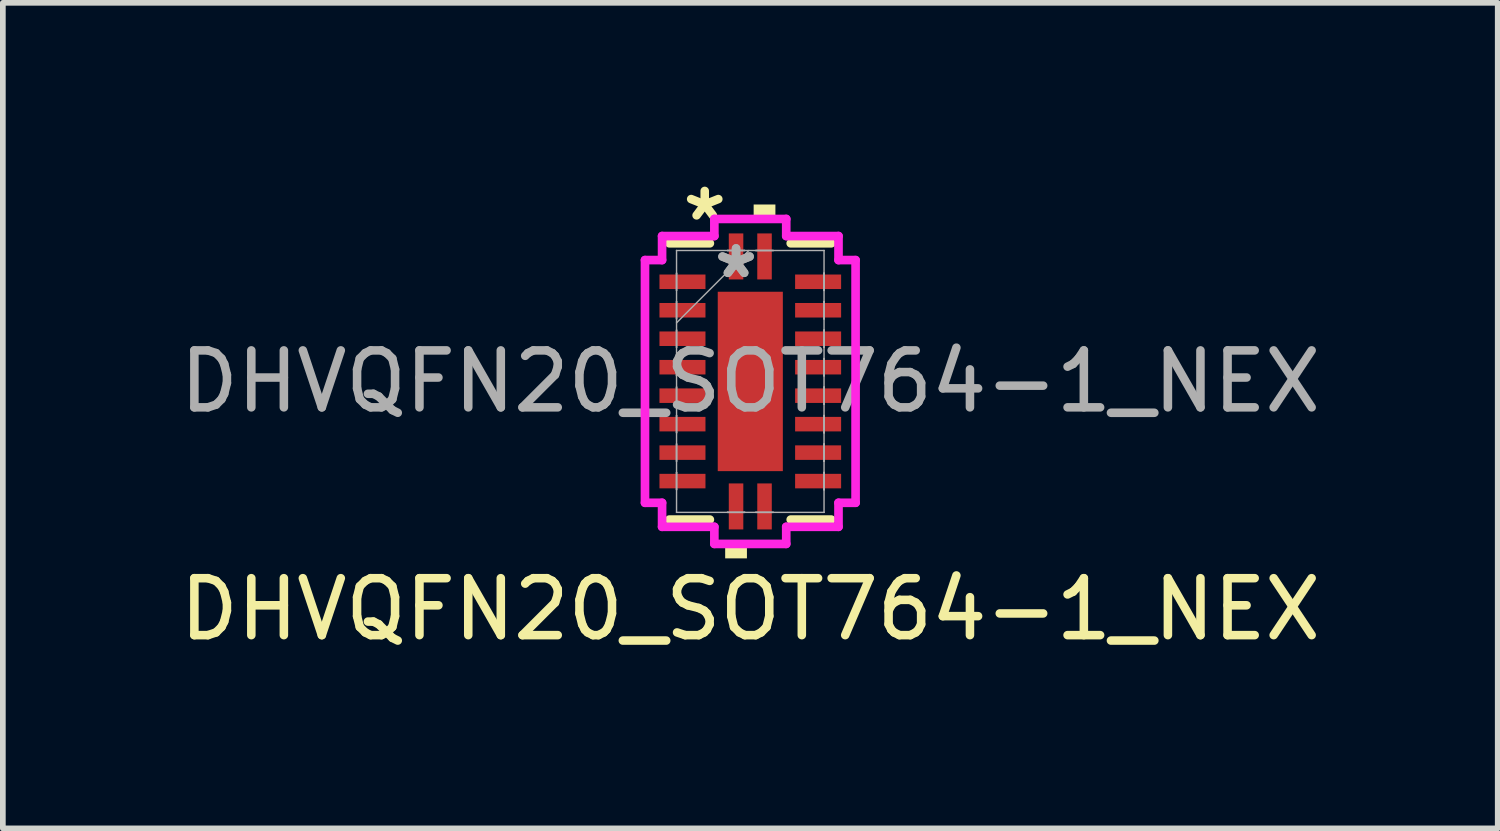
<source format=kicad_pcb>
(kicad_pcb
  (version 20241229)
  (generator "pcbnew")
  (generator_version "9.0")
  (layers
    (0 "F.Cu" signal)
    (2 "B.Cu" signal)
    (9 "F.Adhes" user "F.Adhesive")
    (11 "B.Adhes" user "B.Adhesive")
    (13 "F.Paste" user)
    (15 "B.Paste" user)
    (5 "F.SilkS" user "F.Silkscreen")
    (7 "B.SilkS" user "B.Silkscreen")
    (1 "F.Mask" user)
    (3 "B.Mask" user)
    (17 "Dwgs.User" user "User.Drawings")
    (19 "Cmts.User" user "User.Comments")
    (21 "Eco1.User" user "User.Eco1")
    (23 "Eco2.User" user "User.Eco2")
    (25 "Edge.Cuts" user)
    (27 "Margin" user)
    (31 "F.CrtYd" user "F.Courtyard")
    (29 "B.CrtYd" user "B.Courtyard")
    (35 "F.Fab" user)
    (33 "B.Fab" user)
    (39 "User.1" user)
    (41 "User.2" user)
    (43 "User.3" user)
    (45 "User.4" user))
  (footprint "DHVQFN20_SOT764-1_NEX"
    (layer "F.Cu")
    (at 10.125 3.648)
    (property "Reference" "DHVQFN20_SOT764-1_NEX" (at 0 4 0) (unlocked yes) (layer "F.SilkS") (effects (font (size 1 1) (thickness 0.15))))
    (attr smd)
    (fp_line (start -1.422 2.426) (end -0.71 2.426) (stroke (width 0.152) (type solid)) (layer "F.SilkS"))
    (fp_line (start -0.71 -2.426) (end -1.422 -2.426) (stroke (width 0.152) (type solid)) (layer "F.SilkS"))
    (fp_line (start 0.71 2.426) (end 1.422 2.426) (stroke (width 0.152) (type solid)) (layer "F.SilkS"))
    (fp_line (start 1.422 -2.426) (end 0.71 -2.426) (stroke (width 0.152) (type solid)) (layer "F.SilkS"))
    (fp_poly (pts (xy -0.441 2.853) (xy -0.441 3.107) (xy -0.059 3.107) (xy -0.059 2.853)) (stroke (width 0) (type solid)) (fill yes) (layer "F.SilkS"))
    (fp_poly (pts (xy 0.059 -2.853) (xy 0.059 -3.107) (xy 0.441 -3.107) (xy 0.441 -2.853)) (stroke (width 0) (type solid)) (fill yes) (layer "F.SilkS"))
    (fp_poly (pts (xy -0.471 -1.475) (xy -0.471 -0.1) (xy 0.471 -0.1) (xy 0.471 -1.475)) (stroke (width 0) (type solid)) (fill yes) (layer "F.Paste"))
    (fp_poly (pts (xy -0.471 0.1) (xy -0.471 1.475) (xy 0.471 1.475) (xy 0.471 0.1)) (stroke (width 0) (type solid)) (fill yes) (layer "F.Paste"))
    (fp_line (start -1.849 -2.131) (end -1.549 -2.131) (stroke (width 0.152) (type solid)) (layer "F.CrtYd"))
    (fp_line (start -1.849 2.131) (end -1.849 -2.131) (stroke (width 0.152) (type solid)) (layer "F.CrtYd"))
    (fp_line (start -1.549 -2.553) (end -0.631 -2.553) (stroke (width 0.152) (type solid)) (layer "F.CrtYd"))
    (fp_line (start -1.549 -2.131) (end -1.549 -2.553) (stroke (width 0.152) (type solid)) (layer "F.CrtYd"))
    (fp_line (start -1.549 2.131) (end -1.849 2.131) (stroke (width 0.152) (type solid)) (layer "F.CrtYd"))
    (fp_line (start -1.549 2.553) (end -1.549 2.131) (stroke (width 0.152) (type solid)) (layer "F.CrtYd"))
    (fp_line (start -0.631 -2.853) (end 0.631 -2.853) (stroke (width 0.152) (type solid)) (layer "F.CrtYd"))
    (fp_line (start -0.631 -2.553) (end -0.631 -2.853) (stroke (width 0.152) (type solid)) (layer "F.CrtYd"))
    (fp_line (start -0.631 2.553) (end -1.549 2.553) (stroke (width 0.152) (type solid)) (layer "F.CrtYd"))
    (fp_line (start -0.631 2.853) (end -0.631 2.553) (stroke (width 0.152) (type solid)) (layer "F.CrtYd"))
    (fp_line (start 0.631 -2.853) (end 0.631 -2.553) (stroke (width 0.152) (type solid)) (layer "F.CrtYd"))
    (fp_line (start 0.631 -2.553) (end 1.549 -2.553) (stroke (width 0.152) (type solid)) (layer "F.CrtYd"))
    (fp_line (start 0.631 2.553) (end 0.631 2.853) (stroke (width 0.152) (type solid)) (layer "F.CrtYd"))
    (fp_line (start 0.631 2.853) (end -0.631 2.853) (stroke (width 0.152) (type solid)) (layer "F.CrtYd"))
    (fp_line (start 1.549 -2.553) (end 1.549 -2.131) (stroke (width 0.152) (type solid)) (layer "F.CrtYd"))
    (fp_line (start 1.549 -2.131) (end 1.849 -2.131) (stroke (width 0.152) (type solid)) (layer "F.CrtYd"))
    (fp_line (start 1.549 2.131) (end 1.549 2.553) (stroke (width 0.152) (type solid)) (layer "F.CrtYd"))
    (fp_line (start 1.549 2.553) (end 0.631 2.553) (stroke (width 0.152) (type solid)) (layer "F.CrtYd"))
    (fp_line (start 1.849 -2.131) (end 1.849 2.131) (stroke (width 0.152) (type solid)) (layer "F.CrtYd"))
    (fp_line (start 1.849 2.131) (end 1.549 2.131) (stroke (width 0.152) (type solid)) (layer "F.CrtYd"))
    (fp_line (start -1.295 -2.299) (end -1.295 -2.299) (stroke (width 0.025) (type solid)) (layer "F.Fab"))
    (fp_line (start -1.295 -2.299) (end -1.295 2.299) (stroke (width 0.025) (type solid)) (layer "F.Fab"))
    (fp_line (start -1.295 -1.902) (end -1.295 -1.902) (stroke (width 0.025) (type solid)) (layer "F.Fab"))
    (fp_line (start -1.295 -1.902) (end -1.295 -1.598) (stroke (width 0.025) (type solid)) (layer "F.Fab"))
    (fp_line (start -1.295 -1.598) (end -1.295 -1.902) (stroke (width 0.025) (type solid)) (layer "F.Fab"))
    (fp_line (start -1.295 -1.598) (end -1.295 -1.598) (stroke (width 0.025) (type solid)) (layer "F.Fab"))
    (fp_line (start -1.295 -1.402) (end -1.295 -1.402) (stroke (width 0.025) (type solid)) (layer "F.Fab"))
    (fp_line (start -1.295 -1.402) (end -1.295 -1.098) (stroke (width 0.025) (type solid)) (layer "F.Fab"))
    (fp_line (start -1.295 -1.098) (end -1.295 -1.402) (stroke (width 0.025) (type solid)) (layer "F.Fab"))
    (fp_line (start -1.295 -1.098) (end -1.295 -1.098) (stroke (width 0.025) (type solid)) (layer "F.Fab"))
    (fp_line (start -1.295 -1.029) (end -0.025 -2.299) (stroke (width 0.025) (type solid)) (layer "F.Fab"))
    (fp_line (start -1.295 -0.902) (end -1.295 -0.902) (stroke (width 0.025) (type solid)) (layer "F.Fab"))
    (fp_line (start -1.295 -0.902) (end -1.295 -0.598) (stroke (width 0.025) (type solid)) (layer "F.Fab"))
    (fp_line (start -1.295 -0.598) (end -1.295 -0.902) (stroke (width 0.025) (type solid)) (layer "F.Fab"))
    (fp_line (start -1.295 -0.598) (end -1.295 -0.598) (stroke (width 0.025) (type solid)) (layer "F.Fab"))
    (fp_line (start -1.295 -0.402) (end -1.295 -0.402) (stroke (width 0.025) (type solid)) (layer "F.Fab"))
    (fp_line (start -1.295 -0.402) (end -1.295 -0.098) (stroke (width 0.025) (type solid)) (layer "F.Fab"))
    (fp_line (start -1.295 -0.098) (end -1.295 -0.402) (stroke (width 0.025) (type solid)) (layer "F.Fab"))
    (fp_line (start -1.295 -0.098) (end -1.295 -0.098) (stroke (width 0.025) (type solid)) (layer "F.Fab"))
    (fp_line (start -1.295 0.098) (end -1.295 0.098) (stroke (width 0.025) (type solid)) (layer "F.Fab"))
    (fp_line (start -1.295 0.098) (end -1.295 0.402) (stroke (width 0.025) (type solid)) (layer "F.Fab"))
    (fp_line (start -1.295 0.402) (end -1.295 0.098) (stroke (width 0.025) (type solid)) (layer "F.Fab"))
    (fp_line (start -1.295 0.402) (end -1.295 0.402) (stroke (width 0.025) (type solid)) (layer "F.Fab"))
    (fp_line (start -1.295 0.598) (end -1.295 0.598) (stroke (width 0.025) (type solid)) (layer "F.Fab"))
    (fp_line (start -1.295 0.598) (end -1.295 0.902) (stroke (width 0.025) (type solid)) (layer "F.Fab"))
    (fp_line (start -1.295 0.902) (end -1.295 0.598) (stroke (width 0.025) (type solid)) (layer "F.Fab"))
    (fp_line (start -1.295 0.902) (end -1.295 0.902) (stroke (width 0.025) (type solid)) (layer "F.Fab"))
    (fp_line (start -1.295 1.098) (end -1.295 1.098) (stroke (width 0.025) (type solid)) (layer "F.Fab"))
    (fp_line (start -1.295 1.098) (end -1.295 1.402) (stroke (width 0.025) (type solid)) (layer "F.Fab"))
    (fp_line (start -1.295 1.402) (end -1.295 1.098) (stroke (width 0.025) (type solid)) (layer "F.Fab"))
    (fp_line (start -1.295 1.402) (end -1.295 1.402) (stroke (width 0.025) (type solid)) (layer "F.Fab"))
    (fp_line (start -1.295 1.598) (end -1.295 1.598) (stroke (width 0.025) (type solid)) (layer "F.Fab"))
    (fp_line (start -1.295 1.598) (end -1.295 1.902) (stroke (width 0.025) (type solid)) (layer "F.Fab"))
    (fp_line (start -1.295 1.902) (end -1.295 1.598) (stroke (width 0.025) (type solid)) (layer "F.Fab"))
    (fp_line (start -1.295 1.902) (end -1.295 1.902) (stroke (width 0.025) (type solid)) (layer "F.Fab"))
    (fp_line (start -1.295 2.299) (end -1.295 2.299) (stroke (width 0.025) (type solid)) (layer "F.Fab"))
    (fp_line (start -1.295 2.299) (end 1.295 2.299) (stroke (width 0.025) (type solid)) (layer "F.Fab"))
    (fp_line (start -0.402 -2.299) (end -0.402 -2.299) (stroke (width 0.025) (type solid)) (layer "F.Fab"))
    (fp_line (start -0.402 -2.299) (end -0.098 -2.299) (stroke (width 0.025) (type solid)) (layer "F.Fab"))
    (fp_line (start -0.402 2.299) (end -0.402 2.299) (stroke (width 0.025) (type solid)) (layer "F.Fab"))
    (fp_line (start -0.402 2.299) (end -0.098 2.299) (stroke (width 0.025) (type solid)) (layer "F.Fab"))
    (fp_line (start -0.098 -2.299) (end -0.402 -2.299) (stroke (width 0.025) (type solid)) (layer "F.Fab"))
    (fp_line (start -0.098 -2.299) (end -0.098 -2.299) (stroke (width 0.025) (type solid)) (layer "F.Fab"))
    (fp_line (start -0.098 2.299) (end -0.402 2.299) (stroke (width 0.025) (type solid)) (layer "F.Fab"))
    (fp_line (start -0.098 2.299) (end -0.098 2.299) (stroke (width 0.025) (type solid)) (layer "F.Fab"))
    (fp_line (start 0.098 -2.299) (end 0.098 -2.299) (stroke (width 0.025) (type solid)) (layer "F.Fab"))
    (fp_line (start 0.098 -2.299) (end 0.402 -2.299) (stroke (width 0.025) (type solid)) (layer "F.Fab"))
    (fp_line (start 0.098 2.299) (end 0.098 2.299) (stroke (width 0.025) (type solid)) (layer "F.Fab"))
    (fp_line (start 0.098 2.299) (end 0.402 2.299) (stroke (width 0.025) (type solid)) (layer "F.Fab"))
    (fp_line (start 0.402 -2.299) (end 0.098 -2.299) (stroke (width 0.025) (type solid)) (layer "F.Fab"))
    (fp_line (start 0.402 -2.299) (end 0.402 -2.299) (stroke (width 0.025) (type solid)) (layer "F.Fab"))
    (fp_line (start 0.402 2.299) (end 0.098 2.299) (stroke (width 0.025) (type solid)) (layer "F.Fab"))
    (fp_line (start 0.402 2.299) (end 0.402 2.299) (stroke (width 0.025) (type solid)) (layer "F.Fab"))
    (fp_line (start 1.295 -2.299) (end -1.295 -2.299) (stroke (width 0.025) (type solid)) (layer "F.Fab"))
    (fp_line (start 1.295 -2.299) (end 1.295 -2.299) (stroke (width 0.025) (type solid)) (layer "F.Fab"))
    (fp_line (start 1.295 -1.902) (end 1.295 -1.902) (stroke (width 0.025) (type solid)) (layer "F.Fab"))
    (fp_line (start 1.295 -1.902) (end 1.295 -1.598) (stroke (width 0.025) (type solid)) (layer "F.Fab"))
    (fp_line (start 1.295 -1.598) (end 1.295 -1.902) (stroke (width 0.025) (type solid)) (layer "F.Fab"))
    (fp_line (start 1.295 -1.598) (end 1.295 -1.598) (stroke (width 0.025) (type solid)) (layer "F.Fab"))
    (fp_line (start 1.295 -1.402) (end 1.295 -1.402) (stroke (width 0.025) (type solid)) (layer "F.Fab"))
    (fp_line (start 1.295 -1.402) (end 1.295 -1.098) (stroke (width 0.025) (type solid)) (layer "F.Fab"))
    (fp_line (start 1.295 -1.098) (end 1.295 -1.402) (stroke (width 0.025) (type solid)) (layer "F.Fab"))
    (fp_line (start 1.295 -1.098) (end 1.295 -1.098) (stroke (width 0.025) (type solid)) (layer "F.Fab"))
    (fp_line (start 1.295 -0.902) (end 1.295 -0.902) (stroke (width 0.025) (type solid)) (layer "F.Fab"))
    (fp_line (start 1.295 -0.902) (end 1.295 -0.598) (stroke (width 0.025) (type solid)) (layer "F.Fab"))
    (fp_line (start 1.295 -0.598) (end 1.295 -0.902) (stroke (width 0.025) (type solid)) (layer "F.Fab"))
    (fp_line (start 1.295 -0.598) (end 1.295 -0.598) (stroke (width 0.025) (type solid)) (layer "F.Fab"))
    (fp_line (start 1.295 -0.402) (end 1.295 -0.402) (stroke (width 0.025) (type solid)) (layer "F.Fab"))
    (fp_line (start 1.295 -0.402) (end 1.295 -0.098) (stroke (width 0.025) (type solid)) (layer "F.Fab"))
    (fp_line (start 1.295 -0.098) (end 1.295 -0.402) (stroke (width 0.025) (type solid)) (layer "F.Fab"))
    (fp_line (start 1.295 -0.098) (end 1.295 -0.098) (stroke (width 0.025) (type solid)) (layer "F.Fab"))
    (fp_line (start 1.295 0.098) (end 1.295 0.098) (stroke (width 0.025) (type solid)) (layer "F.Fab"))
    (fp_line (start 1.295 0.098) (end 1.295 0.402) (stroke (width 0.025) (type solid)) (layer "F.Fab"))
    (fp_line (start 1.295 0.402) (end 1.295 0.098) (stroke (width 0.025) (type solid)) (layer "F.Fab"))
    (fp_line (start 1.295 0.402) (end 1.295 0.402) (stroke (width 0.025) (type solid)) (layer "F.Fab"))
    (fp_line (start 1.295 0.598) (end 1.295 0.598) (stroke (width 0.025) (type solid)) (layer "F.Fab"))
    (fp_line (start 1.295 0.598) (end 1.295 0.902) (stroke (width 0.025) (type solid)) (layer "F.Fab"))
    (fp_line (start 1.295 0.902) (end 1.295 0.598) (stroke (width 0.025) (type solid)) (layer "F.Fab"))
    (fp_line (start 1.295 0.902) (end 1.295 0.902) (stroke (width 0.025) (type solid)) (layer "F.Fab"))
    (fp_line (start 1.295 1.098) (end 1.295 1.098) (stroke (width 0.025) (type solid)) (layer "F.Fab"))
    (fp_line (start 1.295 1.098) (end 1.295 1.402) (stroke (width 0.025) (type solid)) (layer "F.Fab"))
    (fp_line (start 1.295 1.402) (end 1.295 1.098) (stroke (width 0.025) (type solid)) (layer "F.Fab"))
    (fp_line (start 1.295 1.402) (end 1.295 1.402) (stroke (width 0.025) (type solid)) (layer "F.Fab"))
    (fp_line (start 1.295 1.598) (end 1.295 1.598) (stroke (width 0.025) (type solid)) (layer "F.Fab"))
    (fp_line (start 1.295 1.598) (end 1.295 1.902) (stroke (width 0.025) (type solid)) (layer "F.Fab"))
    (fp_line (start 1.295 1.902) (end 1.295 1.598) (stroke (width 0.025) (type solid)) (layer "F.Fab"))
    (fp_line (start 1.295 1.902) (end 1.295 1.902) (stroke (width 0.025) (type solid)) (layer "F.Fab"))
    (fp_line (start 1.295 2.299) (end 1.295 -2.299) (stroke (width 0.025) (type solid)) (layer "F.Fab"))
    (fp_line (start 1.295 2.299) (end 1.295 2.299) (stroke (width 0.025) (type solid)) (layer "F.Fab"))
    (fp_text user "*" (at -0.8 -2.8 0) (unlocked yes) (layer "F.SilkS") (effects (font (size 1 1) (thickness 0.15))))
    (fp_text user "*" (at -0.25 -1.791 0) (unlocked yes) (layer "F.Fab") (effects (font (size 1 1) (thickness 0.15))))
    (fp_text user "${REFERENCE}" (at 0 0 0) (unlocked yes) (layer "F.Fab") (effects (font (size 1 1) (thickness 0.15))))
    (fp_text user "*" (at -0.25 -1.791 0) (layer "F.Fab") (effects (font (size 1 1) (thickness 0.15))))
    (pad "1" smd rect (at -0.25 -2.195) (size 0.255 0.808) (layers "F.Cu" "F.Mask" "F.Paste"))
    (pad "2" smd rect (at -1.191 -1.75 90) (size 0.255 0.808) (layers "F.Cu" "F.Mask" "F.Paste"))
    (pad "3" smd rect (at -1.191 -1.25 90) (size 0.255 0.808) (layers "F.Cu" "F.Mask" "F.Paste"))
    (pad "4" smd rect (at -1.191 -0.75 90) (size 0.255 0.808) (layers "F.Cu" "F.Mask" "F.Paste"))
    (pad "5" smd rect (at -1.191 -0.25 90) (size 0.255 0.808) (layers "F.Cu" "F.Mask" "F.Paste"))
    (pad "6" smd rect (at -1.191 0.25 90) (size 0.255 0.808) (layers "F.Cu" "F.Mask" "F.Paste"))
    (pad "7" smd rect (at -1.191 0.75 90) (size 0.255 0.808) (layers "F.Cu" "F.Mask" "F.Paste"))
    (pad "8" smd rect (at -1.191 1.25 90) (size 0.255 0.808) (layers "F.Cu" "F.Mask" "F.Paste"))
    (pad "9" smd rect (at -1.191 1.75 90) (size 0.255 0.808) (layers "F.Cu" "F.Mask" "F.Paste"))
    (pad "10" smd rect (at -0.25 2.195) (size 0.255 0.808) (layers "F.Cu" "F.Mask" "F.Paste"))
    (pad "11" smd rect (at 0.25 2.195) (size 0.255 0.808) (layers "F.Cu" "F.Mask" "F.Paste"))
    (pad "12" smd rect (at 1.191 1.75 90) (size 0.255 0.808) (layers "F.Cu" "F.Mask" "F.Paste"))
    (pad "13" smd rect (at 1.191 1.25 90) (size 0.255 0.808) (layers "F.Cu" "F.Mask" "F.Paste"))
    (pad "14" smd rect (at 1.191 0.75 90) (size 0.255 0.808) (layers "F.Cu" "F.Mask" "F.Paste"))
    (pad "15" smd rect (at 1.191 0.25 90) (size 0.255 0.808) (layers "F.Cu" "F.Mask" "F.Paste"))
    (pad "16" smd rect (at 1.191 -0.25 90) (size 0.255 0.808) (layers "F.Cu" "F.Mask" "F.Paste"))
    (pad "17" smd rect (at 1.191 -0.75 90) (size 0.255 0.808) (layers "F.Cu" "F.Mask" "F.Paste"))
    (pad "18" smd rect (at 1.191 -1.25 90) (size 0.255 0.808) (layers "F.Cu" "F.Mask" "F.Paste"))
    (pad "19" smd rect (at 1.191 -1.75 90) (size 0.255 0.808) (layers "F.Cu" "F.Mask" "F.Paste"))
    (pad "20" smd rect (at 0.25 -2.195) (size 0.255 0.808) (layers "F.Cu" "F.Mask" "F.Paste"))
    (pad "21" smd rect (at 0 0) (size 1.143 3.15) (layers "F.Cu" "F.Mask" "F.Paste")))
  (gr_rect
    (start -3 -3)
    (end 23.25 11.496)
    (stroke (width 0.1) (type default))
    (fill no)
    (layer "Edge.Cuts")))
</source>
